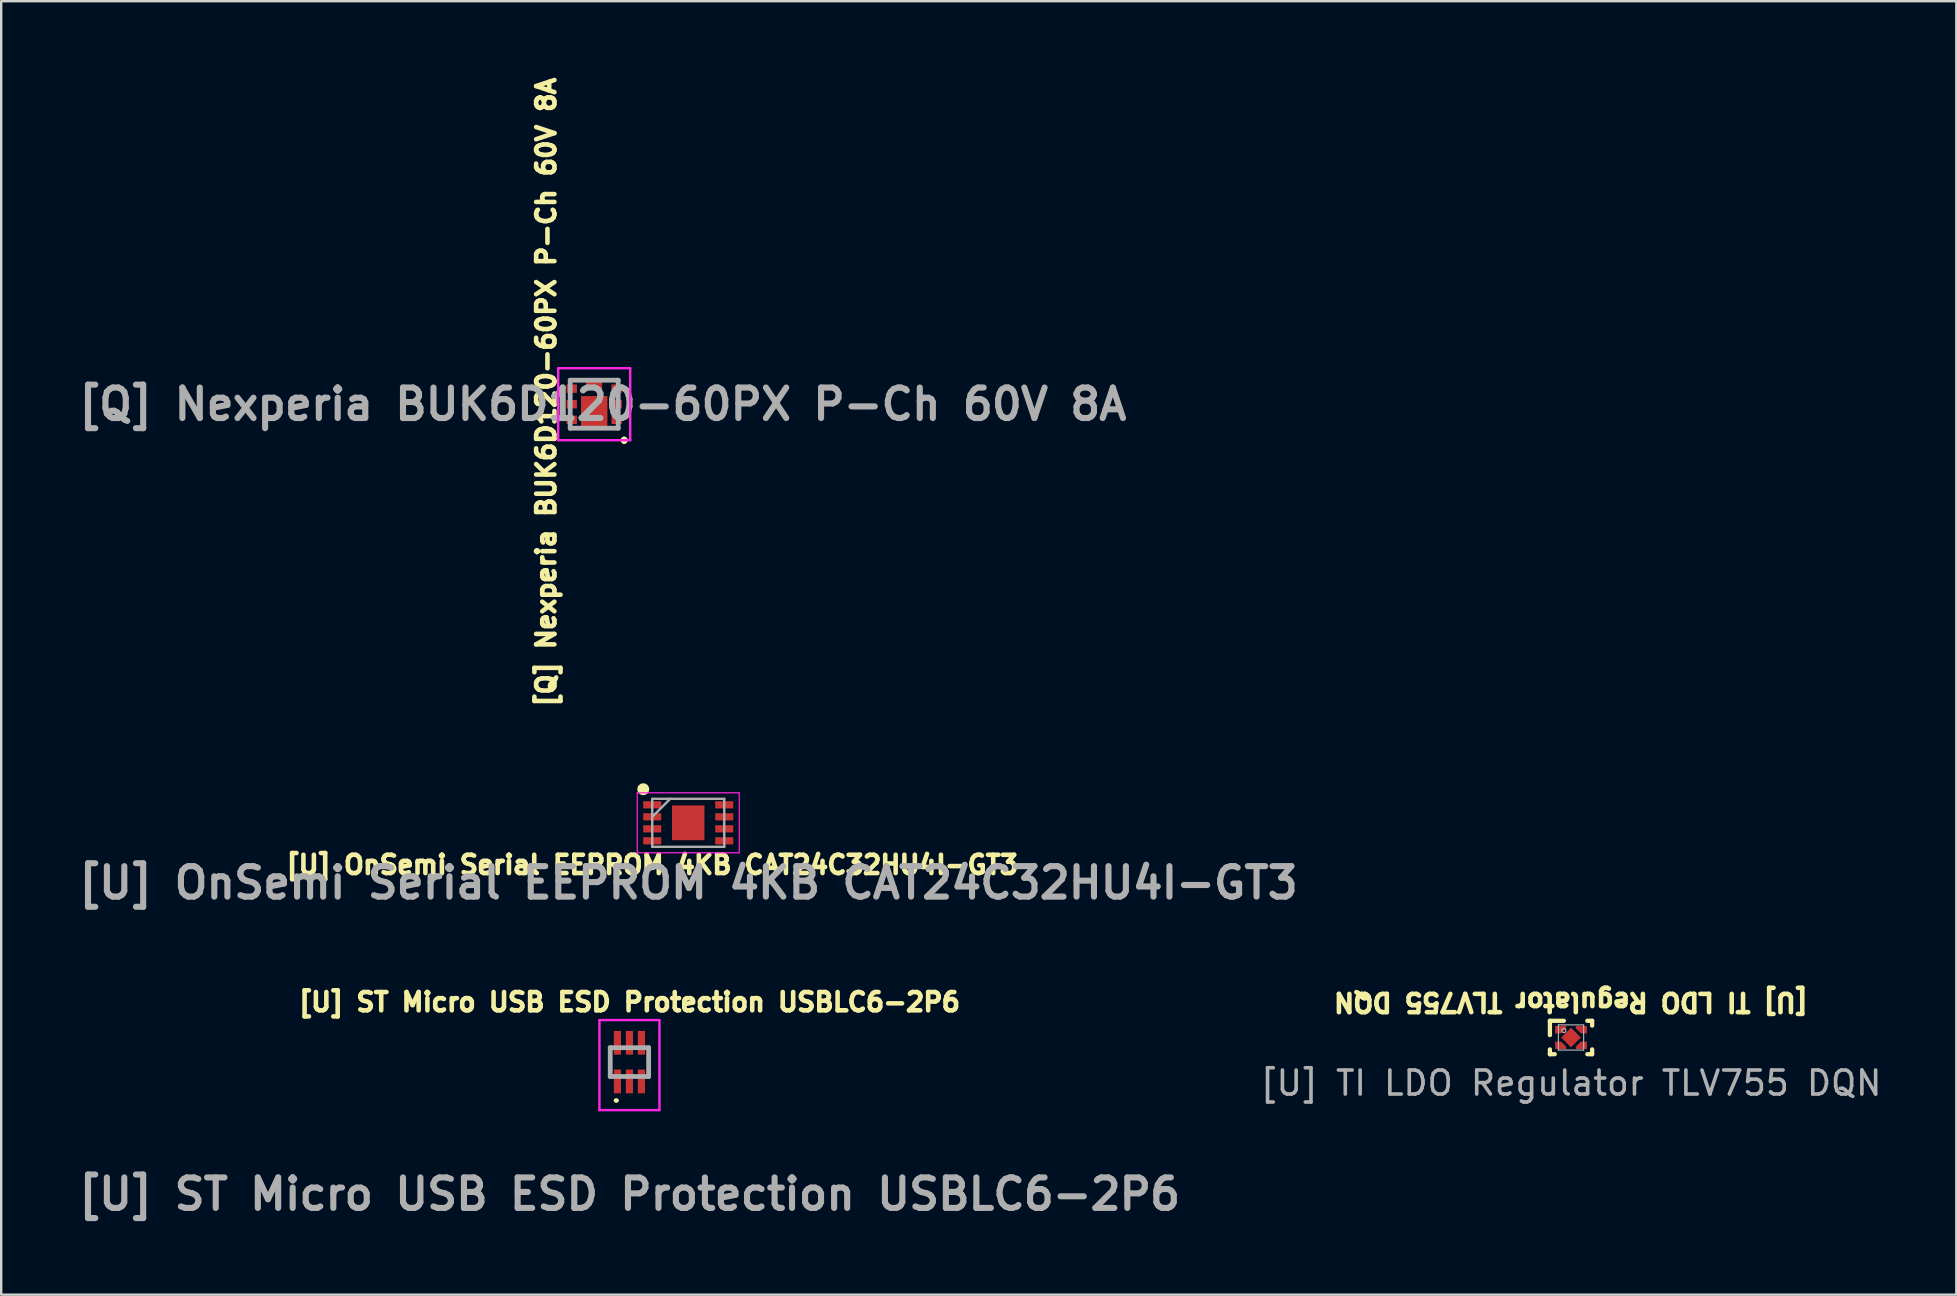
<source format=kicad_pcb>
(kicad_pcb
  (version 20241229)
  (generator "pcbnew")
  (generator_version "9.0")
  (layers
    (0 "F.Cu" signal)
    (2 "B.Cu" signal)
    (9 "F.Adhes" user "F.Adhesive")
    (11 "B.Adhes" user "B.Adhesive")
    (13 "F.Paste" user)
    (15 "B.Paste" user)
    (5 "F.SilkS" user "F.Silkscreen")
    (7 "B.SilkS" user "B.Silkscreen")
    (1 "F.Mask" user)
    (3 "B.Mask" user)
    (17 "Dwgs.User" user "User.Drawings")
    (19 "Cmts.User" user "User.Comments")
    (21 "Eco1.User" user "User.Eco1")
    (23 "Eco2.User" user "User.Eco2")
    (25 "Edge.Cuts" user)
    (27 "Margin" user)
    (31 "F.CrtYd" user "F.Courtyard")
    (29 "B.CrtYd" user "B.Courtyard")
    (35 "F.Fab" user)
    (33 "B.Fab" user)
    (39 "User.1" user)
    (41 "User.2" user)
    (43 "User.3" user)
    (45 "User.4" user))
  (footprint "[Q] Nexperia BUK6D120-60PX P-Ch 60V 8A"
    (layer "F.Cu")
    (at 21.706 13.791)
    (property "Reference" "[Q] Nexperia BUK6D120-60PX P-Ch 60V 8A" (at -2 -0.5 270) (layer "F.SilkS") (effects (font (size 0.762 0.762) (thickness 0.191) (bold yes))))
    (attr smd)
    (fp_line (start 1.25 1.55) (end 1.25 1.55) (stroke (width 0.2) (type solid)) (layer "F.SilkS"))
    (fp_arc (start 1.25 1.45) (mid 1.3 1.5) (end 1.25 1.55) (stroke (width 0.2) (type solid)) (layer "F.SilkS"))
    (fp_arc (start 1.25 1.55) (mid 1.2 1.5) (end 1.25 1.45) (stroke (width 0.2) (type solid)) (layer "F.SilkS"))
    (fp_line (start -1.5 -1.5) (end 1.5 -1.5) (stroke (width 0.1) (type solid)) (layer "F.CrtYd"))
    (fp_line (start -1.5 1.5) (end -1.5 -1.5) (stroke (width 0.1) (type solid)) (layer "F.CrtYd"))
    (fp_line (start 1.5 -1.5) (end 1.5 1.5) (stroke (width 0.1) (type solid)) (layer "F.CrtYd"))
    (fp_line (start 1.5 1.5) (end -1.5 1.5) (stroke (width 0.1) (type solid)) (layer "F.CrtYd"))
    (fp_line (start -1 -1) (end -1 1) (stroke (width 0.2) (type solid)) (layer "F.Fab"))
    (fp_line (start -1 1) (end 1 1) (stroke (width 0.2) (type solid)) (layer "F.Fab"))
    (fp_line (start 1 -1) (end -1 -1) (stroke (width 0.2) (type solid)) (layer "F.Fab"))
    (fp_line (start 1 1) (end 1 -1) (stroke (width 0.2) (type solid)) (layer "F.Fab"))
    (fp_text user "${REFERENCE}" (at 0.35 0 180) (layer "F.Fab") (effects (font (size 1.27 1.27) (thickness 0.254))))
    (pad "1" smd rect (at 0.935 0.65 90) (size 0.35 0.43) (layers "F.Cu" "F.Mask" "F.Paste"))
    (pad "2" smd rect (at 0.935 0 90) (size 0.35 0.43) (layers "F.Cu" "F.Mask" "F.Paste"))
    (pad "3" smd rect (at 0.935 -0.65 90) (size 0.35 0.43) (layers "F.Cu" "F.Mask" "F.Paste"))
    (pad "4" smd rect (at -0.935 -0.65 90) (size 0.35 0.43) (layers "F.Cu" "F.Mask" "F.Paste"))
    (pad "5" smd rect (at -0.935 0 90) (size 0.35 0.43) (layers "F.Cu" "F.Mask" "F.Paste"))
    (pad "6" smd rect (at -0.935 0.65 90) (size 0.35 0.43) (layers "F.Cu" "F.Mask" "F.Paste"))
    (pad "7" smd rect (at 0 0.285) (size 1.1 1.25) (layers "F.Cu" "F.Mask" "F.Paste"))
    (pad "8" smd rect (at 0 -0.775 90) (size 0.35 0.66) (layers "F.Cu" "F.Mask" "F.Paste")))
  (footprint "[U] ST Micro USB ESD Protection USBLC6-2P6"
    (layer "F.Cu")
    (at 23.174 41.2)
    (property "Reference" "[U] ST Micro USB ESD Protection USBLC6-2P6" (at 0 -2.5 180) (layer "F.SilkS") (effects (font (size 0.762 0.762) (thickness 0.191) (bold yes))))
    (attr smd)
    (fp_line (start -0.6 1.6) (end -0.6 1.6) (stroke (width 0.1) (type solid)) (layer "F.SilkS"))
    (fp_line (start -0.5 1.6) (end -0.5 1.6) (stroke (width 0.1) (type solid)) (layer "F.SilkS"))
    (fp_arc (start -0.6 1.6) (mid -0.55 1.55) (end -0.5 1.6) (stroke (width 0.1) (type solid)) (layer "F.SilkS"))
    (fp_arc (start -0.5 1.6) (mid -0.55 1.65) (end -0.6 1.6) (stroke (width 0.1) (type solid)) (layer "F.SilkS"))
    (fp_line (start -1.25 -1.75) (end 1.25 -1.75) (stroke (width 0.1) (type solid)) (layer "F.CrtYd"))
    (fp_line (start -1.25 2) (end -1.25 -1.75) (stroke (width 0.1) (type solid)) (layer "F.CrtYd"))
    (fp_line (start 1.25 -1.75) (end 1.25 2) (stroke (width 0.1) (type solid)) (layer "F.CrtYd"))
    (fp_line (start 1.25 2) (end -1.25 2) (stroke (width 0.1) (type solid)) (layer "F.CrtYd"))
    (fp_line (start -0.8 -0.6) (end 0.8 -0.6) (stroke (width 0.2) (type solid)) (layer "F.Fab"))
    (fp_line (start -0.8 0.6) (end -0.8 -0.6) (stroke (width 0.2) (type solid)) (layer "F.Fab"))
    (fp_line (start 0.8 -0.6) (end 0.8 0.6) (stroke (width 0.2) (type solid)) (layer "F.Fab"))
    (fp_line (start 0.8 0.6) (end -0.8 0.6) (stroke (width 0.2) (type solid)) (layer "F.Fab"))
    (fp_text user "${REFERENCE}" (at 0 5.5 180) (layer "F.Fab") (effects (font (size 1.27 1.27) (thickness 0.254))))
    (pad "1" smd rect (at -0.5 0.805) (size 0.3 0.99) (layers "F.Cu" "F.Mask" "F.Paste"))
    (pad "2" smd rect (at 0 0.805) (size 0.3 0.99) (layers "F.Cu" "F.Mask" "F.Paste"))
    (pad "3" smd rect (at 0.5 0.805) (size 0.3 0.99) (layers "F.Cu" "F.Mask" "F.Paste"))
    (pad "4" smd rect (at 0.5 -0.805) (size 0.3 0.99) (layers "F.Cu" "F.Mask" "F.Paste"))
    (pad "5" smd rect (at 0 -0.805) (size 0.3 0.99) (layers "F.Cu" "F.Mask" "F.Paste"))
    (pad "6" smd rect (at -0.5 -0.805) (size 0.3 0.99) (layers "F.Cu" "F.Mask" "F.Paste")))
  (footprint "[U] TI LDO Regulator TLV755 DQN"
    (layer "F.Cu")
    (at 62.403 40.175)
    (property "Reference" "[U] TI LDO Regulator TLV755 DQN" (at 0 -1.475 180) (unlocked yes) (layer "F.SilkS") (effects (font (size 0.762 0.762) (thickness 0.191) (bold yes))))
    (attr smd)
    (fp_poly (pts (xy -0.61 -0.43) (xy -0.25 -0.43) (xy -0.25 -0.4) (xy -0.43 -0.22) (xy -0.61 -0.22)) (stroke (width 0) (type solid)) (fill yes) (layer "F.Mask"))
    (fp_poly (pts (xy -0.61 0.43) (xy -0.61 0.22) (xy -0.43 0.22) (xy -0.25 0.4) (xy -0.25 0.43)) (stroke (width 0) (type solid)) (fill yes) (layer "F.Mask"))
    (fp_poly (pts (xy 0.61 -0.43) (xy 0.61 -0.22) (xy 0.43 -0.22) (xy 0.25 -0.4) (xy 0.25 -0.43)) (stroke (width 0) (type solid)) (fill yes) (layer "F.Mask"))
    (fp_poly (pts (xy 0.61 0.43) (xy 0.25 0.43) (xy 0.25 0.4) (xy 0.43 0.22) (xy 0.61 0.22)) (stroke (width 0) (type solid)) (fill yes) (layer "F.Mask"))
    (fp_line (start -0.88 -0.696) (end -0.3 -0.696) (stroke (width 0.178) (type solid)) (layer "F.SilkS"))
    (fp_line (start -0.88 -0.1) (end -0.88 -0.696) (stroke (width 0.178) (type solid)) (layer "F.SilkS"))
    (fp_line (start -0.88 0.696) (end -0.88 0.496) (stroke (width 0.178) (type solid)) (layer "F.SilkS"))
    (fp_line (start -0.88 0.696) (end -0.68 0.696) (stroke (width 0.178) (type solid)) (layer "F.SilkS"))
    (fp_line (start 0.68 -0.696) (end 0.88 -0.696) (stroke (width 0.178) (type solid)) (layer "F.SilkS"))
    (fp_line (start 0.68 0.696) (end 0.88 0.696) (stroke (width 0.178) (type solid)) (layer "F.SilkS"))
    (fp_line (start 0.88 -0.496) (end 0.88 -0.696) (stroke (width 0.178) (type solid)) (layer "F.SilkS"))
    (fp_line (start 0.88 0.696) (end 0.88 0.496) (stroke (width 0.178) (type solid)) (layer "F.SilkS"))
    (fp_poly (pts (xy -0.65 -0.43) (xy -0.25 -0.43) (xy -0.25 -0.4) (xy -0.43 -0.22) (xy -0.65 -0.22)) (stroke (width 0) (type solid)) (fill yes) (layer "F.Paste"))
    (fp_poly (pts (xy -0.65 0.43) (xy -0.25 0.43) (xy -0.25 0.4) (xy -0.43 0.22) (xy -0.65 0.22)) (stroke (width 0) (type solid)) (fill yes) (layer "F.Paste"))
    (fp_poly (pts (xy 0.65 -0.43) (xy 0.25 -0.43) (xy 0.25 -0.4) (xy 0.43 -0.22) (xy 0.65 -0.22)) (stroke (width 0) (type solid)) (fill yes) (layer "F.Paste"))
    (fp_poly (pts (xy 0.65 0.43) (xy 0.25 0.43) (xy 0.25 0.4) (xy 0.43 0.22) (xy 0.65 0.22)) (stroke (width 0) (type solid)) (fill yes) (layer "F.Paste"))
    (fp_line (start -0.525 -0.525) (end 0.525 -0.525) (stroke (width 0.05) (type solid)) (layer "F.Fab"))
    (fp_line (start -0.525 0.525) (end -0.525 -0.525) (stroke (width 0.05) (type solid)) (layer "F.Fab"))
    (fp_line (start -0.525 0.525) (end 0.525 0.525) (stroke (width 0.05) (type solid)) (layer "F.Fab"))
    (fp_line (start 0.525 0.525) (end 0.525 -0.525) (stroke (width 0.05) (type solid)) (layer "F.Fab"))
    (fp_circle (center -0.3 -0.29) (end -0.214 -0.29) (stroke (width 0.05) (type solid)) (fill no) (layer "F.Fab"))
    (fp_text user "${REFERENCE}" (at 0 1.9 0) (unlocked yes) (layer "F.Fab") (effects (font (size 1 1) (thickness 0.15))))
    (pad "1" smd custom (at -0.535 -0.325) (size 0.25 0.31) (layers "F.Cu") (options (anchor rect)) (primitives (gr_poly (pts (xy -0.125 -0.155) (xy 0.335 -0.155) (xy 0.335 -0.054) (xy 0.126 0.155) (xy -0.125 0.155)) (width 0) (fill yes))))
    (pad "2" smd custom (at -0.535 0.325) (size 0.25 0.31) (layers "F.Cu") (options (anchor rect)) (primitives (gr_poly (pts (xy -0.125 0.155) (xy 0.335 0.155) (xy 0.335 0.054) (xy 0.126 -0.155) (xy -0.125 -0.155)) (width 0) (fill yes))))
    (pad "3" smd custom (at 0.535 0.325) (size 0.25 0.31) (layers "F.Cu") (options (anchor rect)) (primitives (gr_poly (pts (xy 0.125 0.155) (xy -0.335 0.155) (xy -0.335 0.054) (xy -0.126 -0.155) (xy 0.125 -0.155)) (width 0) (fill yes)) (gr_poly (pts (xy -0.125 -0.155) (xy -0.125 0.155) (xy -0.335 0.155) (xy -0.335 0.054)) (width 0) (fill yes))))
    (pad "4" smd custom (at 0.535 -0.325) (size 0.25 0.31) (layers "F.Cu") (options (anchor rect)) (primitives (gr_poly (pts (xy 0.125 -0.155) (xy -0.335 -0.155) (xy -0.335 -0.054) (xy -0.126 0.155) (xy 0.125 0.155)) (width 0) (fill yes))))
    (pad "5" smd rect (at 0 0 45) (size 0.58 0.58) (layers "F.Cu" "F.Mask" "F.Paste")))
  (footprint "[U] OnSemi Serial EEPROM 4KB CAT24C32HU4I-GT3"
    (layer "F.Cu")
    (at 25.624 31.231)
    (property "Reference" "[U] OnSemi Serial EEPROM 4KB CAT24C32HU4I-GT3" (at -1.5 1.75 0) (layer "F.SilkS") (effects (font (size 0.762 0.762) (thickness 0.191) (bold yes))))
    (attr smd)
    (fp_circle (center -1.875 -1.4) (end -1.875 -1.275) (stroke (width 0.25) (type solid)) (fill no) (layer "F.SilkS"))
    (fp_line (start -2.125 -1.25) (end 2.125 -1.25) (stroke (width 0.05) (type solid)) (layer "F.CrtYd"))
    (fp_line (start -2.125 1.25) (end -2.125 -1.25) (stroke (width 0.05) (type solid)) (layer "F.CrtYd"))
    (fp_line (start 2.125 -1.25) (end 2.125 1.25) (stroke (width 0.05) (type solid)) (layer "F.CrtYd"))
    (fp_line (start 2.125 1.25) (end -2.125 1.25) (stroke (width 0.05) (type solid)) (layer "F.CrtYd"))
    (fp_line (start -1.5 -1) (end 1.5 -1) (stroke (width 0.1) (type solid)) (layer "F.Fab"))
    (fp_line (start -1.5 -0.25) (end -0.75 -1) (stroke (width 0.1) (type solid)) (layer "F.Fab"))
    (fp_line (start -1.5 1) (end -1.5 -1) (stroke (width 0.1) (type solid)) (layer "F.Fab"))
    (fp_line (start 1.5 -1) (end 1.5 1) (stroke (width 0.1) (type solid)) (layer "F.Fab"))
    (fp_line (start 1.5 1) (end -1.5 1) (stroke (width 0.1) (type solid)) (layer "F.Fab"))
    (fp_text user "${REFERENCE}" (at 0 2.5 0) (layer "F.Fab") (effects (font (size 1.27 1.27) (thickness 0.254))))
    (pad "1" smd rect (at -1.5 -0.75 90) (size 0.3 0.75) (layers "F.Cu" "F.Mask" "F.Paste"))
    (pad "2" smd rect (at -1.5 -0.25 90) (size 0.3 0.75) (layers "F.Cu" "F.Mask" "F.Paste"))
    (pad "3" smd rect (at -1.5 0.25 90) (size 0.3 0.75) (layers "F.Cu" "F.Mask" "F.Paste"))
    (pad "4" smd rect (at -1.5 0.75 90) (size 0.3 0.75) (layers "F.Cu" "F.Mask" "F.Paste"))
    (pad "5" smd rect (at 1.5 0.75 90) (size 0.3 0.75) (layers "F.Cu" "F.Mask" "F.Paste"))
    (pad "6" smd rect (at 1.5 0.25 90) (size 0.3 0.75) (layers "F.Cu" "F.Mask" "F.Paste"))
    (pad "7" smd rect (at 1.5 -0.25 90) (size 0.3 0.75) (layers "F.Cu" "F.Mask" "F.Paste"))
    (pad "8" smd rect (at 1.5 -0.75 90) (size 0.3 0.75) (layers "F.Cu" "F.Mask" "F.Paste"))
    (pad "9" smd rect (at 0 0) (size 1.35 1.45) (layers "F.Cu" "F.Mask" "F.Paste")))
  (gr_rect
    (start -3 -3)
    (end 78.456 50.889)
    (stroke (width 0.1) (type default))
    (fill no)
    (layer "Edge.Cuts")))
</source>
